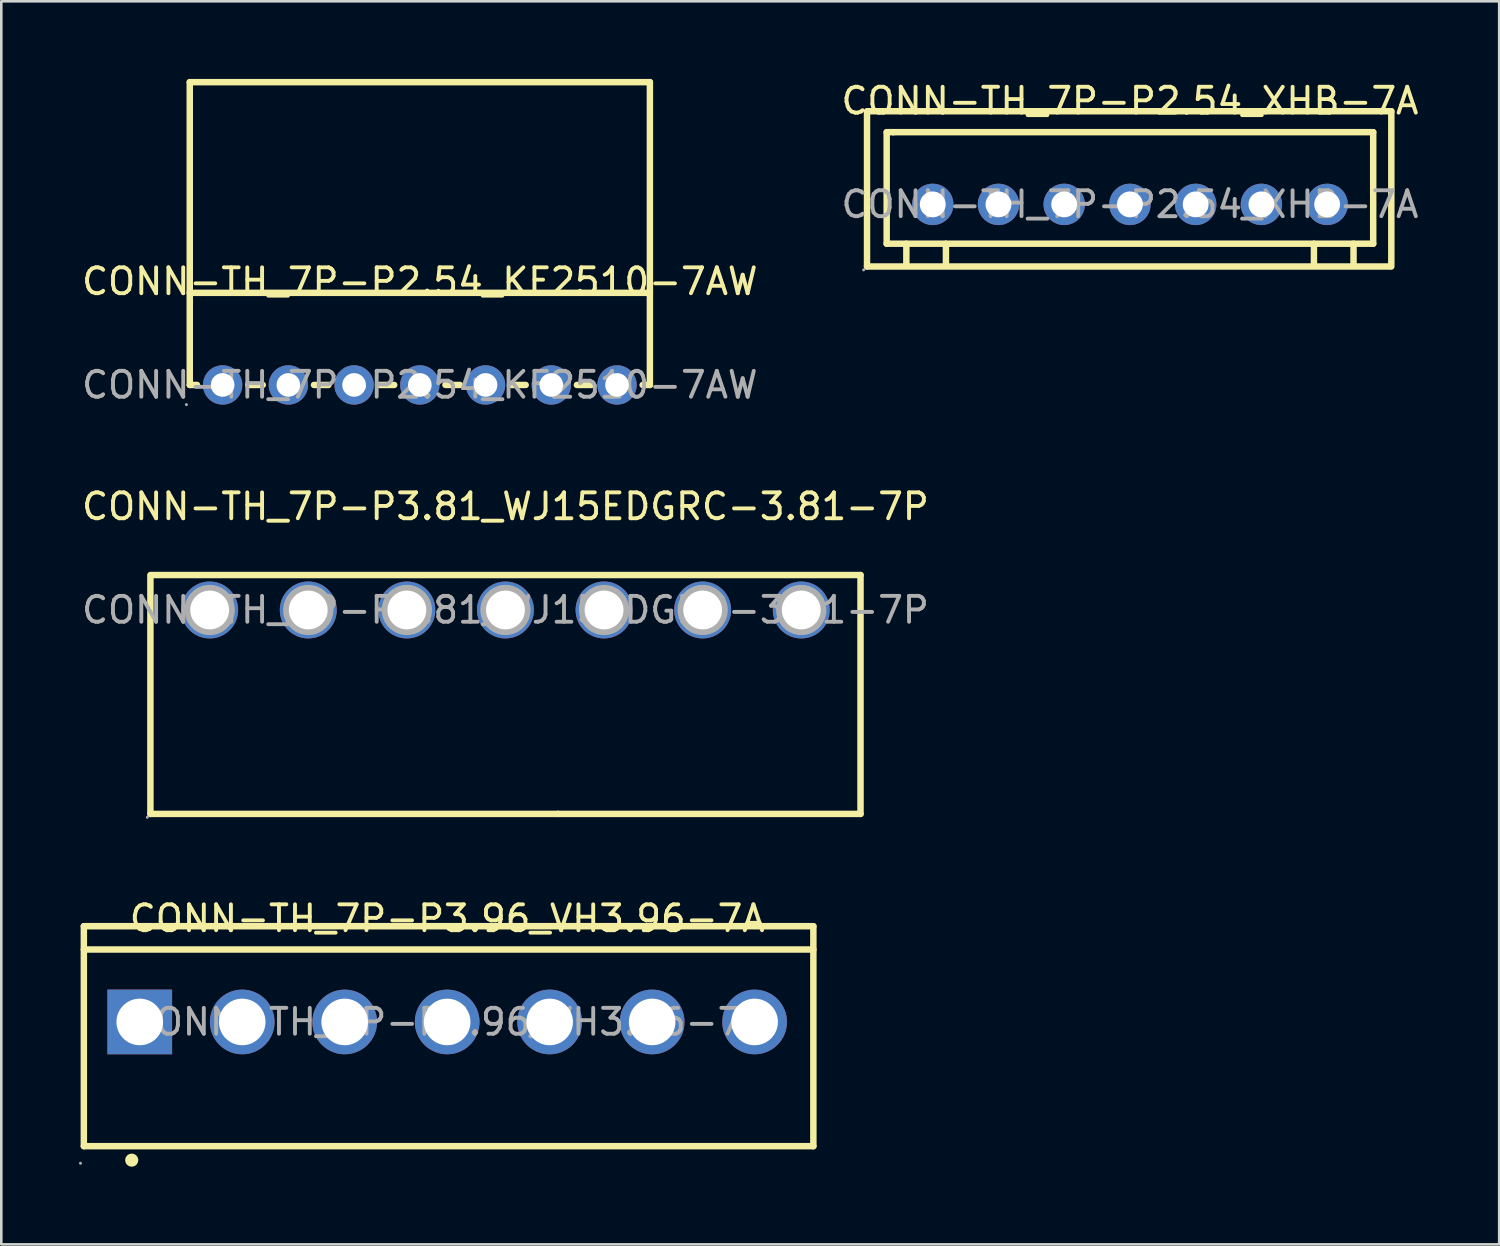
<source format=kicad_pcb>
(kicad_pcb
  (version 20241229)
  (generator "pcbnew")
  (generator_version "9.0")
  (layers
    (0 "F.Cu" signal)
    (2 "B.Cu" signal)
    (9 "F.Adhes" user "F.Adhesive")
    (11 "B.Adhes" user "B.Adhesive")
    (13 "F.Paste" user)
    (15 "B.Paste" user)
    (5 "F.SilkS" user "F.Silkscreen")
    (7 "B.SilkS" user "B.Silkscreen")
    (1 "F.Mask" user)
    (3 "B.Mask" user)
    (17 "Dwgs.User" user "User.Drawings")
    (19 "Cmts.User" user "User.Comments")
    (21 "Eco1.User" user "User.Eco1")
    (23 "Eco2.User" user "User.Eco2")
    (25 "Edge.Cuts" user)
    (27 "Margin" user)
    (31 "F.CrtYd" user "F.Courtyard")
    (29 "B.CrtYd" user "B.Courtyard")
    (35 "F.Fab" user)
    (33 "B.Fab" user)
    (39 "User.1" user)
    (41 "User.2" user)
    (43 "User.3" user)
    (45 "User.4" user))
  (footprint "CONN-TH_7P-P3.96_VH3.96-7A"
    (layer "F.Cu")
    (at 14.23 36.44)
    (property "Reference" "CONN-TH_7P-P3.96_VH3.96-7A" (at 0 -4 0) (layer "F.SilkS") (effects (font (size 1 1) (thickness 0.15))))
    (attr through_hole)
    (fp_line (start -14.04 -3.7) (end 14.15 -3.7) (stroke (width 0.25) (type solid)) (layer "F.SilkS"))
    (fp_line (start -14.04 -2.8) (end 14.15 -2.8) (stroke (width 0.25) (type solid)) (layer "F.SilkS"))
    (fp_line (start -14.04 4.8) (end -14.04 -3.7) (stroke (width 0.25) (type solid)) (layer "F.SilkS"))
    (fp_line (start -14.04 4.8) (end 14.15 4.8) (stroke (width 0.25) (type solid)) (layer "F.SilkS"))
    (fp_line (start 14.15 4.8) (end 14.15 -3.7) (stroke (width 0.25) (type solid)) (layer "F.SilkS"))
    (fp_arc (start -12.06 5.34) (mid -12.319904 5.345002) (end -12.060385 5.330004) (stroke (width 0.25) (type solid)) (layer "F.SilkS"))
    (fp_circle (center -14.17 5.46) (end -14.14 5.46) (stroke (width 0.06) (type solid)) (fill no) (layer "F.Fab"))
    (fp_circle (center -11.88 0) (end -11.48 0) (stroke (width 0.8) (type solid)) (fill no) (layer "F.Fab"))
    (fp_circle (center -7.92 0) (end -7.52 0) (stroke (width 0.8) (type solid)) (fill no) (layer "F.Fab"))
    (fp_circle (center -3.96 0) (end -3.56 0) (stroke (width 0.8) (type solid)) (fill no) (layer "F.Fab"))
    (fp_circle (center 0 0) (end 0.4 0) (stroke (width 0.8) (type solid)) (fill no) (layer "F.Fab"))
    (fp_circle (center 3.96 0) (end 4.36 0) (stroke (width 0.8) (type solid)) (fill no) (layer "F.Fab"))
    (fp_circle (center 7.92 0) (end 8.32 0) (stroke (width 0.8) (type solid)) (fill no) (layer "F.Fab"))
    (fp_circle (center 11.88 0) (end 12.28 0) (stroke (width 0.8) (type solid)) (fill no) (layer "F.Fab"))
    (fp_text user "${REFERENCE}" (at 0 0 0) (layer "F.Fab") (effects (font (size 1 1) (thickness 0.15))))
    (pad "1" thru_hole rect (at -11.88 0) (size 2.5 2.5) (drill 1.8) (layers "*.Cu" "*.Paste" "*.Mask"))
    (pad "2" thru_hole circle (at -7.92 0) (size 2.5 2.5) (drill 1.8) (layers "*.Cu" "*.Paste" "*.Mask"))
    (pad "3" thru_hole circle (at -3.96 0) (size 2.5 2.5) (drill 1.8) (layers "*.Cu" "*.Paste" "*.Mask"))
    (pad "4" thru_hole circle (at 0 0) (size 2.5 2.5) (drill 1.8) (layers "*.Cu" "*.Paste" "*.Mask"))
    (pad "5" thru_hole circle (at 3.96 0) (size 2.5 2.5) (drill 1.8) (layers "*.Cu" "*.Paste" "*.Mask"))
    (pad "6" thru_hole circle (at 7.92 0) (size 2.5 2.5) (drill 1.8) (layers "*.Cu" "*.Paste" "*.Mask"))
    (pad "7" thru_hole circle (at 11.88 0) (size 2.5 2.5) (drill 1.8) (layers "*.Cu" "*.Paste" "*.Mask")))
  (footprint "CONN-TH_7P-P2.54_XHB-7A"
    (layer "F.Cu")
    (at 40.613 4.848)
    (property "Reference" "CONN-TH_7P-P2.54_XHB-7A" (at 0 -4 0) (layer "F.SilkS") (effects (font (size 1 1) (thickness 0.15))))
    (attr through_hole)
    (fp_line (start -10.16 -3.6) (end -10.16 2.4) (stroke (width 0.25) (type solid)) (layer "F.SilkS"))
    (fp_line (start -10.16 2.4) (end 10.04 2.4) (stroke (width 0.25) (type solid)) (layer "F.SilkS"))
    (fp_line (start -10.1 -3.6) (end 10.1 -3.6) (stroke (width 0.25) (type solid)) (layer "F.SilkS"))
    (fp_line (start -9.4 -2.79) (end -9.14 -2.79) (stroke (width 0.25) (type solid)) (layer "F.SilkS"))
    (fp_line (start -9.4 1.52) (end -9.4 -2.79) (stroke (width 0.25) (type solid)) (layer "F.SilkS"))
    (fp_line (start -9.14 -2.79) (end 9.4 -2.79) (stroke (width 0.25) (type solid)) (layer "F.SilkS"))
    (fp_line (start -8.64 1.52) (end -8.64 2.29) (stroke (width 0.25) (type solid)) (layer "F.SilkS"))
    (fp_line (start -7.11 1.52) (end -7.11 2.29) (stroke (width 0.25) (type solid)) (layer "F.SilkS"))
    (fp_line (start 7.11 1.52) (end 7.11 2.29) (stroke (width 0.25) (type solid)) (layer "F.SilkS"))
    (fp_line (start 8.64 1.52) (end 8.64 2.29) (stroke (width 0.25) (type solid)) (layer "F.SilkS"))
    (fp_line (start 9.4 -2.79) (end 9.4 1.52) (stroke (width 0.25) (type solid)) (layer "F.SilkS"))
    (fp_line (start 9.4 1.52) (end -9.4 1.52) (stroke (width 0.25) (type solid)) (layer "F.SilkS"))
    (fp_line (start 10.1 -3.6) (end 10.1 2.4) (stroke (width 0.25) (type solid)) (layer "F.SilkS"))
    (fp_circle (center -10.29 2.53) (end -10.26 2.53) (stroke (width 0.06) (type solid)) (fill no) (layer "F.Fab"))
    (fp_circle (center -7.62 0) (end -7.42 0) (stroke (width 0.4) (type solid)) (fill no) (layer "F.Fab"))
    (fp_circle (center -5.08 0) (end -4.88 0) (stroke (width 0.4) (type solid)) (fill no) (layer "F.Fab"))
    (fp_circle (center -2.54 0) (end -2.34 0) (stroke (width 0.4) (type solid)) (fill no) (layer "F.Fab"))
    (fp_circle (center 0 0) (end 0.2 0) (stroke (width 0.4) (type solid)) (fill no) (layer "F.Fab"))
    (fp_circle (center 2.54 0) (end 2.74 0) (stroke (width 0.4) (type solid)) (fill no) (layer "F.Fab"))
    (fp_circle (center 5.08 0) (end 5.28 0) (stroke (width 0.4) (type solid)) (fill no) (layer "F.Fab"))
    (fp_circle (center 7.62 0) (end 7.82 0) (stroke (width 0.4) (type solid)) (fill no) (layer "F.Fab"))
    (fp_text user "${REFERENCE}" (at 0 0 0) (layer "F.Fab") (effects (font (size 1 1) (thickness 0.15))))
    (pad "1" thru_hole circle (at -7.62 0) (size 1.6 1.6) (drill 1) (layers "*.Cu" "*.Paste" "*.Mask"))
    (pad "2" thru_hole circle (at -5.08 0) (size 1.6 1.6) (drill 1) (layers "*.Cu" "*.Paste" "*.Mask"))
    (pad "3" thru_hole circle (at -2.54 0) (size 1.6 1.6) (drill 1) (layers "*.Cu" "*.Paste" "*.Mask"))
    (pad "4" thru_hole circle (at 0 0) (size 1.6 1.6) (drill 1) (layers "*.Cu" "*.Paste" "*.Mask"))
    (pad "5" thru_hole circle (at 2.54 0) (size 1.6 1.6) (drill 1) (layers "*.Cu" "*.Paste" "*.Mask"))
    (pad "6" thru_hole circle (at 5.08 0) (size 1.6 1.6) (drill 1) (layers "*.Cu" "*.Paste" "*.Mask"))
    (pad "7" thru_hole circle (at 7.62 0) (size 1.6 1.6) (drill 1) (layers "*.Cu" "*.Paste" "*.Mask")))
  (footprint "CONN-TH_7P-P2.54_KF2510-7AW"
    (layer "F.Cu")
    (at 13.173 11.825)
    (property "Reference" "CONN-TH_7P-P2.54_KF2510-7AW" (at 0 -4 0) (layer "F.SilkS") (effects (font (size 1 1) (thickness 0.15))))
    (attr through_hole)
    (fp_line (start -8.89 -3.56) (end 8.89 -3.56) (stroke (width 0.25) (type solid)) (layer "F.SilkS"))
    (fp_line (start -8.89 0) (end -8.89 -11.7) (stroke (width 0.25) (type solid)) (layer "F.SilkS"))
    (fp_line (start -8.61 0) (end -8.89 0) (stroke (width 0.25) (type solid)) (layer "F.SilkS"))
    (fp_line (start -6.07 0) (end -6.63 0) (stroke (width 0.25) (type solid)) (layer "F.SilkS"))
    (fp_line (start -3.53 0) (end -4.09 0) (stroke (width 0.25) (type solid)) (layer "F.SilkS"))
    (fp_line (start -0.99 0) (end -1.55 0) (stroke (width 0.25) (type solid)) (layer "F.SilkS"))
    (fp_line (start 1.55 0) (end 0.99 0) (stroke (width 0.25) (type solid)) (layer "F.SilkS"))
    (fp_line (start 4.09 0) (end 3.53 0) (stroke (width 0.25) (type solid)) (layer "F.SilkS"))
    (fp_line (start 6.63 0) (end 6.07 0) (stroke (width 0.25) (type solid)) (layer "F.SilkS"))
    (fp_line (start 8.89 -11.7) (end -8.89 -11.7) (stroke (width 0.25) (type solid)) (layer "F.SilkS"))
    (fp_line (start 8.89 0) (end 8.61 0) (stroke (width 0.25) (type solid)) (layer "F.SilkS"))
    (fp_line (start 8.89 0) (end 8.89 -11.7) (stroke (width 0.25) (type solid)) (layer "F.SilkS"))
    (fp_circle (center -9.02 0.76) (end -8.99 0.76) (stroke (width 0.06) (type solid)) (fill no) (layer "F.Fab"))
    (fp_circle (center -7.62 0) (end -7.44 0) (stroke (width 0.36) (type solid)) (fill no) (layer "F.Fab"))
    (fp_circle (center -5.08 0) (end -4.9 0) (stroke (width 0.36) (type solid)) (fill no) (layer "F.Fab"))
    (fp_circle (center -2.54 0) (end -2.36 0) (stroke (width 0.36) (type solid)) (fill no) (layer "F.Fab"))
    (fp_circle (center 0 0) (end 0.18 0) (stroke (width 0.36) (type solid)) (fill no) (layer "F.Fab"))
    (fp_circle (center 2.54 0) (end 2.72 0) (stroke (width 0.36) (type solid)) (fill no) (layer "F.Fab"))
    (fp_circle (center 5.08 0) (end 5.26 0) (stroke (width 0.36) (type solid)) (fill no) (layer "F.Fab"))
    (fp_circle (center 7.62 0) (end 7.8 0) (stroke (width 0.36) (type solid)) (fill no) (layer "F.Fab"))
    (fp_text user "${REFERENCE}" (at 0 0 0) (layer "F.Fab") (effects (font (size 1 1) (thickness 0.15))))
    (pad "1" thru_hole circle (at -7.62 0 90) (size 1.52 1.52) (drill 0.914) (layers "*.Cu" "*.Paste" "*.Mask"))
    (pad "2" thru_hole circle (at -5.08 0 90) (size 1.52 1.52) (drill 0.914) (layers "*.Cu" "*.Paste" "*.Mask"))
    (pad "3" thru_hole circle (at -2.54 0 90) (size 1.52 1.52) (drill 0.914) (layers "*.Cu" "*.Paste" "*.Mask"))
    (pad "4" thru_hole circle (at 0 0 90) (size 1.52 1.52) (drill 0.914) (layers "*.Cu" "*.Paste" "*.Mask"))
    (pad "5" thru_hole circle (at 2.54 0 90) (size 1.52 1.52) (drill 0.914) (layers "*.Cu" "*.Paste" "*.Mask"))
    (pad "6" thru_hole circle (at 5.08 0 90) (size 1.52 1.52) (drill 0.914) (layers "*.Cu" "*.Paste" "*.Mask"))
    (pad "7" thru_hole circle (at 7.62 0 90) (size 1.52 1.52) (drill 0.914) (layers "*.Cu" "*.Paste" "*.Mask")))
  (footprint "CONN-TH_7P-P3.81_WJ15EDGRC-3.81-7P"
    (layer "F.Cu")
    (at 16.482 20.521)
    (property "Reference" "CONN-TH_7P-P3.81_WJ15EDGRC-3.81-7P" (at 0 -4 0) (layer "F.SilkS") (effects (font (size 1 1) (thickness 0.15))))
    (attr through_hole)
    (fp_line (start -13.72 -1.35) (end 13.72 -1.35) (stroke (width 0.25) (type solid)) (layer "F.SilkS"))
    (fp_line (start -13.72 -1.27) (end -13.72 7.88) (stroke (width 0.25) (type solid)) (layer "F.SilkS"))
    (fp_line (start -13.72 7.88) (end 2.03 7.88) (stroke (width 0.25) (type solid)) (layer "F.SilkS"))
    (fp_line (start 13.72 -1.35) (end 13.72 7.88) (stroke (width 0.25) (type solid)) (layer "F.SilkS"))
    (fp_line (start 13.72 7.88) (end 2.03 7.88) (stroke (width 0.25) (type solid)) (layer "F.SilkS"))
    (fp_circle (center -13.84 8.01) (end -13.81 8.01) (stroke (width 0.06) (type solid)) (fill no) (layer "F.Fab"))
    (fp_circle (center -11.43 0) (end -11.11 0) (stroke (width 0.65) (type solid)) (fill no) (layer "F.Fab"))
    (fp_circle (center -7.62 0) (end -7.3 0) (stroke (width 0.65) (type solid)) (fill no) (layer "F.Fab"))
    (fp_circle (center -3.81 0) (end -3.49 0) (stroke (width 0.65) (type solid)) (fill no) (layer "F.Fab"))
    (fp_circle (center 0 0) (end 0.32 0) (stroke (width 0.65) (type solid)) (fill no) (layer "F.Fab"))
    (fp_circle (center 3.81 0) (end 4.13 0) (stroke (width 0.65) (type solid)) (fill no) (layer "F.Fab"))
    (fp_circle (center 7.62 0) (end 7.94 0) (stroke (width 0.65) (type solid)) (fill no) (layer "F.Fab"))
    (fp_circle (center 11.43 0) (end 11.75 0) (stroke (width 0.65) (type solid)) (fill no) (layer "F.Fab"))
    (fp_text user "${REFERENCE}" (at 0 0 0) (layer "F.Fab") (effects (font (size 1 1) (thickness 0.15))))
    (pad "1" thru_hole circle (at -11.43 0) (size 2.2 2.2) (drill 1.5) (layers "*.Cu" "*.Paste" "*.Mask"))
    (pad "2" thru_hole circle (at -7.62 0) (size 2.2 2.2) (drill 1.5) (layers "*.Cu" "*.Paste" "*.Mask"))
    (pad "3" thru_hole circle (at -3.81 0) (size 2.2 2.2) (drill 1.5) (layers "*.Cu" "*.Paste" "*.Mask"))
    (pad "4" thru_hole circle (at 0 0) (size 2.2 2.2) (drill 1.5) (layers "*.Cu" "*.Paste" "*.Mask"))
    (pad "5" thru_hole circle (at 3.81 0) (size 2.2 2.2) (drill 1.5) (layers "*.Cu" "*.Paste" "*.Mask"))
    (pad "6" thru_hole circle (at 7.62 0) (size 2.2 2.2) (drill 1.5) (layers "*.Cu" "*.Paste" "*.Mask"))
    (pad "7" thru_hole circle (at 11.43 0) (size 2.2 2.2) (drill 1.5) (layers "*.Cu" "*.Paste" "*.Mask")))
  (gr_rect
    (start -3 -3)
    (end 54.881 45.035)
    (stroke (width 0.1) (type default))
    (fill no)
    (layer "Edge.Cuts")))
</source>
